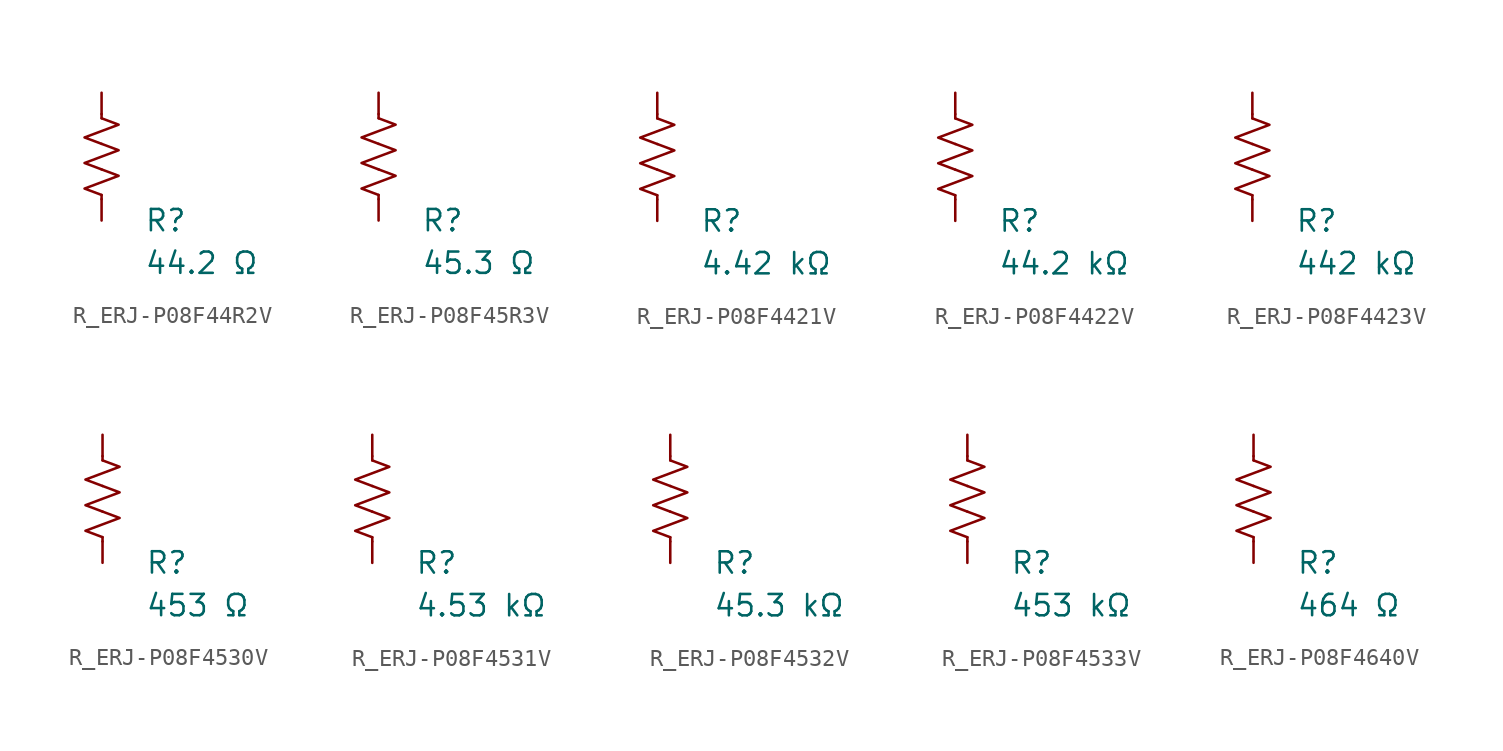
<source format=kicad_sym>
(kicad_symbol_lib
  (version 20231120)
  (generator "kicad_symbol_editor")
  (generator_version "8.0")
  (symbol "R_ERJ-P08F44R2V"
    (pin_numbers hide)
    (pin_names
      (offset 0))
    (property "Reference" "R"
      (at 2.54 -3.81 0)
      (effects (font (size 1.27 1.27)) (justify left))
      (show_name no))
    (property "Value" "44.2 Ω"
      (at 2.54 -6.35 0)
      (effects (font (size 1.27 1.27)) (justify left))
      (show_name no))
    (symbol "R_ERJ-P08F44R2V_0_1"
      (polyline (pts (xy 0 -2.286) (xy 0 -2.54)) (stroke (width 0) (type default)) (fill (type none)))
      (polyline (pts (xy 0 2.286) (xy 0 2.54)) (stroke (width 0) (type default)) (fill (type none)))
      (polyline (pts (xy 0 -0.762) (xy 1.016 -1.143) (xy 0 -1.524) (xy -1.016 -1.905) (xy 0 -2.286)) (stroke (width 0) (type default)) (fill (type none)))
      (polyline (pts (xy 0 0.762) (xy 1.016 0.381) (xy 0 0) (xy -1.016 -0.381) (xy 0 -0.762)) (stroke (width 0) (type default)) (fill (type none)))
      (polyline (pts (xy 0 2.286) (xy 1.016 1.905) (xy 0 1.524) (xy -1.016 1.143) (xy 0 0.762)) (stroke (width 0) (type default)) (fill (type none))))
    (symbol "R_ERJ-P08F44R2V_1_1"
      (pin passive line (at 0 3.81 270) (length 1.27) (name "~" (effects (font (size 1.27 1.27)))) (number "1" (effects (font (size 1.27 1.27)))))
      (pin passive line (at 0 -3.81 90) (length 1.27) (name "~" (effects (font (size 1.27 1.27)))) (number "2" (effects (font (size 1.27 1.27)))))))
  (symbol "R_ERJ-P08F45R3V"
    (pin_numbers hide)
    (pin_names
      (offset 0))
    (property "Reference" "R"
      (at 2.54 -3.81 0)
      (effects (font (size 1.27 1.27)) (justify left))
      (show_name no))
    (property "Value" "45.3 Ω"
      (at 2.54 -6.35 0)
      (effects (font (size 1.27 1.27)) (justify left))
      (show_name no))
    (symbol "R_ERJ-P08F45R3V_0_1"
      (polyline (pts (xy 0 -2.286) (xy 0 -2.54)) (stroke (width 0) (type default)) (fill (type none)))
      (polyline (pts (xy 0 2.286) (xy 0 2.54)) (stroke (width 0) (type default)) (fill (type none)))
      (polyline (pts (xy 0 -0.762) (xy 1.016 -1.143) (xy 0 -1.524) (xy -1.016 -1.905) (xy 0 -2.286)) (stroke (width 0) (type default)) (fill (type none)))
      (polyline (pts (xy 0 0.762) (xy 1.016 0.381) (xy 0 0) (xy -1.016 -0.381) (xy 0 -0.762)) (stroke (width 0) (type default)) (fill (type none)))
      (polyline (pts (xy 0 2.286) (xy 1.016 1.905) (xy 0 1.524) (xy -1.016 1.143) (xy 0 0.762)) (stroke (width 0) (type default)) (fill (type none))))
    (symbol "R_ERJ-P08F45R3V_1_1"
      (pin passive line (at 0 3.81 270) (length 1.27) (name "~" (effects (font (size 1.27 1.27)))) (number "1" (effects (font (size 1.27 1.27)))))
      (pin passive line (at 0 -3.81 90) (length 1.27) (name "~" (effects (font (size 1.27 1.27)))) (number "2" (effects (font (size 1.27 1.27)))))))
  (symbol "R_ERJ-P08F4421V"
    (pin_numbers hide)
    (pin_names
      (offset 0))
    (property "Reference" "R"
      (at 2.54 -3.81 0)
      (effects (font (size 1.27 1.27)) (justify left))
      (show_name no))
    (property "Value" "4.42 kΩ"
      (at 2.54 -6.35 0)
      (effects (font (size 1.27 1.27)) (justify left))
      (show_name no))
    (symbol "R_ERJ-P08F4421V_0_1"
      (polyline (pts (xy 0 -2.286) (xy 0 -2.54)) (stroke (width 0) (type default)) (fill (type none)))
      (polyline (pts (xy 0 2.286) (xy 0 2.54)) (stroke (width 0) (type default)) (fill (type none)))
      (polyline (pts (xy 0 -0.762) (xy 1.016 -1.143) (xy 0 -1.524) (xy -1.016 -1.905) (xy 0 -2.286)) (stroke (width 0) (type default)) (fill (type none)))
      (polyline (pts (xy 0 0.762) (xy 1.016 0.381) (xy 0 0) (xy -1.016 -0.381) (xy 0 -0.762)) (stroke (width 0) (type default)) (fill (type none)))
      (polyline (pts (xy 0 2.286) (xy 1.016 1.905) (xy 0 1.524) (xy -1.016 1.143) (xy 0 0.762)) (stroke (width 0) (type default)) (fill (type none))))
    (symbol "R_ERJ-P08F4421V_1_1"
      (pin passive line (at 0 3.81 270) (length 1.27) (name "~" (effects (font (size 1.27 1.27)))) (number "1" (effects (font (size 1.27 1.27)))))
      (pin passive line (at 0 -3.81 90) (length 1.27) (name "~" (effects (font (size 1.27 1.27)))) (number "2" (effects (font (size 1.27 1.27)))))))
  (symbol "R_ERJ-P08F4422V"
    (pin_numbers hide)
    (pin_names
      (offset 0))
    (property "Reference" "R"
      (at 2.54 -3.81 0)
      (effects (font (size 1.27 1.27)) (justify left))
      (show_name no))
    (property "Value" "44.2 kΩ"
      (at 2.54 -6.35 0)
      (effects (font (size 1.27 1.27)) (justify left))
      (show_name no))
    (symbol "R_ERJ-P08F4422V_0_1"
      (polyline (pts (xy 0 -2.286) (xy 0 -2.54)) (stroke (width 0) (type default)) (fill (type none)))
      (polyline (pts (xy 0 2.286) (xy 0 2.54)) (stroke (width 0) (type default)) (fill (type none)))
      (polyline (pts (xy 0 -0.762) (xy 1.016 -1.143) (xy 0 -1.524) (xy -1.016 -1.905) (xy 0 -2.286)) (stroke (width 0) (type default)) (fill (type none)))
      (polyline (pts (xy 0 0.762) (xy 1.016 0.381) (xy 0 0) (xy -1.016 -0.381) (xy 0 -0.762)) (stroke (width 0) (type default)) (fill (type none)))
      (polyline (pts (xy 0 2.286) (xy 1.016 1.905) (xy 0 1.524) (xy -1.016 1.143) (xy 0 0.762)) (stroke (width 0) (type default)) (fill (type none))))
    (symbol "R_ERJ-P08F4422V_1_1"
      (pin passive line (at 0 3.81 270) (length 1.27) (name "~" (effects (font (size 1.27 1.27)))) (number "1" (effects (font (size 1.27 1.27)))))
      (pin passive line (at 0 -3.81 90) (length 1.27) (name "~" (effects (font (size 1.27 1.27)))) (number "2" (effects (font (size 1.27 1.27)))))))
  (symbol "R_ERJ-P08F4423V"
    (pin_numbers hide)
    (pin_names
      (offset 0))
    (property "Reference" "R"
      (at 2.54 -3.81 0)
      (effects (font (size 1.27 1.27)) (justify left))
      (show_name no))
    (property "Value" "442 kΩ"
      (at 2.54 -6.35 0)
      (effects (font (size 1.27 1.27)) (justify left))
      (show_name no))
    (symbol "R_ERJ-P08F4423V_0_1"
      (polyline (pts (xy 0 -2.286) (xy 0 -2.54)) (stroke (width 0) (type default)) (fill (type none)))
      (polyline (pts (xy 0 2.286) (xy 0 2.54)) (stroke (width 0) (type default)) (fill (type none)))
      (polyline (pts (xy 0 -0.762) (xy 1.016 -1.143) (xy 0 -1.524) (xy -1.016 -1.905) (xy 0 -2.286)) (stroke (width 0) (type default)) (fill (type none)))
      (polyline (pts (xy 0 0.762) (xy 1.016 0.381) (xy 0 0) (xy -1.016 -0.381) (xy 0 -0.762)) (stroke (width 0) (type default)) (fill (type none)))
      (polyline (pts (xy 0 2.286) (xy 1.016 1.905) (xy 0 1.524) (xy -1.016 1.143) (xy 0 0.762)) (stroke (width 0) (type default)) (fill (type none))))
    (symbol "R_ERJ-P08F4423V_1_1"
      (pin passive line (at 0 3.81 270) (length 1.27) (name "~" (effects (font (size 1.27 1.27)))) (number "1" (effects (font (size 1.27 1.27)))))
      (pin passive line (at 0 -3.81 90) (length 1.27) (name "~" (effects (font (size 1.27 1.27)))) (number "2" (effects (font (size 1.27 1.27)))))))
  (symbol "R_ERJ-P08F4530V"
    (pin_numbers hide)
    (pin_names
      (offset 0))
    (property "Reference" "R"
      (at 2.54 -3.81 0)
      (effects (font (size 1.27 1.27)) (justify left))
      (show_name no))
    (property "Value" "453 Ω"
      (at 2.54 -6.35 0)
      (effects (font (size 1.27 1.27)) (justify left))
      (show_name no))
    (symbol "R_ERJ-P08F4530V_0_1"
      (polyline (pts (xy 0 -2.286) (xy 0 -2.54)) (stroke (width 0) (type default)) (fill (type none)))
      (polyline (pts (xy 0 2.286) (xy 0 2.54)) (stroke (width 0) (type default)) (fill (type none)))
      (polyline (pts (xy 0 -0.762) (xy 1.016 -1.143) (xy 0 -1.524) (xy -1.016 -1.905) (xy 0 -2.286)) (stroke (width 0) (type default)) (fill (type none)))
      (polyline (pts (xy 0 0.762) (xy 1.016 0.381) (xy 0 0) (xy -1.016 -0.381) (xy 0 -0.762)) (stroke (width 0) (type default)) (fill (type none)))
      (polyline (pts (xy 0 2.286) (xy 1.016 1.905) (xy 0 1.524) (xy -1.016 1.143) (xy 0 0.762)) (stroke (width 0) (type default)) (fill (type none))))
    (symbol "R_ERJ-P08F4530V_1_1"
      (pin passive line (at 0 3.81 270) (length 1.27) (name "~" (effects (font (size 1.27 1.27)))) (number "1" (effects (font (size 1.27 1.27)))))
      (pin passive line (at 0 -3.81 90) (length 1.27) (name "~" (effects (font (size 1.27 1.27)))) (number "2" (effects (font (size 1.27 1.27)))))))
  (symbol "R_ERJ-P08F4531V"
    (pin_numbers hide)
    (pin_names
      (offset 0))
    (property "Reference" "R"
      (at 2.54 -3.81 0)
      (effects (font (size 1.27 1.27)) (justify left))
      (show_name no))
    (property "Value" "4.53 kΩ"
      (at 2.54 -6.35 0)
      (effects (font (size 1.27 1.27)) (justify left))
      (show_name no))
    (symbol "R_ERJ-P08F4531V_0_1"
      (polyline (pts (xy 0 -2.286) (xy 0 -2.54)) (stroke (width 0) (type default)) (fill (type none)))
      (polyline (pts (xy 0 2.286) (xy 0 2.54)) (stroke (width 0) (type default)) (fill (type none)))
      (polyline (pts (xy 0 -0.762) (xy 1.016 -1.143) (xy 0 -1.524) (xy -1.016 -1.905) (xy 0 -2.286)) (stroke (width 0) (type default)) (fill (type none)))
      (polyline (pts (xy 0 0.762) (xy 1.016 0.381) (xy 0 0) (xy -1.016 -0.381) (xy 0 -0.762)) (stroke (width 0) (type default)) (fill (type none)))
      (polyline (pts (xy 0 2.286) (xy 1.016 1.905) (xy 0 1.524) (xy -1.016 1.143) (xy 0 0.762)) (stroke (width 0) (type default)) (fill (type none))))
    (symbol "R_ERJ-P08F4531V_1_1"
      (pin passive line (at 0 3.81 270) (length 1.27) (name "~" (effects (font (size 1.27 1.27)))) (number "1" (effects (font (size 1.27 1.27)))))
      (pin passive line (at 0 -3.81 90) (length 1.27) (name "~" (effects (font (size 1.27 1.27)))) (number "2" (effects (font (size 1.27 1.27)))))))
  (symbol "R_ERJ-P08F4532V"
    (pin_numbers hide)
    (pin_names
      (offset 0))
    (property "Reference" "R"
      (at 2.54 -3.81 0)
      (effects (font (size 1.27 1.27)) (justify left))
      (show_name no))
    (property "Value" "45.3 kΩ"
      (at 2.54 -6.35 0)
      (effects (font (size 1.27 1.27)) (justify left))
      (show_name no))
    (symbol "R_ERJ-P08F4532V_0_1"
      (polyline (pts (xy 0 -2.286) (xy 0 -2.54)) (stroke (width 0) (type default)) (fill (type none)))
      (polyline (pts (xy 0 2.286) (xy 0 2.54)) (stroke (width 0) (type default)) (fill (type none)))
      (polyline (pts (xy 0 -0.762) (xy 1.016 -1.143) (xy 0 -1.524) (xy -1.016 -1.905) (xy 0 -2.286)) (stroke (width 0) (type default)) (fill (type none)))
      (polyline (pts (xy 0 0.762) (xy 1.016 0.381) (xy 0 0) (xy -1.016 -0.381) (xy 0 -0.762)) (stroke (width 0) (type default)) (fill (type none)))
      (polyline (pts (xy 0 2.286) (xy 1.016 1.905) (xy 0 1.524) (xy -1.016 1.143) (xy 0 0.762)) (stroke (width 0) (type default)) (fill (type none))))
    (symbol "R_ERJ-P08F4532V_1_1"
      (pin passive line (at 0 3.81 270) (length 1.27) (name "~" (effects (font (size 1.27 1.27)))) (number "1" (effects (font (size 1.27 1.27)))))
      (pin passive line (at 0 -3.81 90) (length 1.27) (name "~" (effects (font (size 1.27 1.27)))) (number "2" (effects (font (size 1.27 1.27)))))))
  (symbol "R_ERJ-P08F4533V"
    (pin_numbers hide)
    (pin_names
      (offset 0))
    (property "Reference" "R"
      (at 2.54 -3.81 0)
      (effects (font (size 1.27 1.27)) (justify left))
      (show_name no))
    (property "Value" "453 kΩ"
      (at 2.54 -6.35 0)
      (effects (font (size 1.27 1.27)) (justify left))
      (show_name no))
    (symbol "R_ERJ-P08F4533V_0_1"
      (polyline (pts (xy 0 -2.286) (xy 0 -2.54)) (stroke (width 0) (type default)) (fill (type none)))
      (polyline (pts (xy 0 2.286) (xy 0 2.54)) (stroke (width 0) (type default)) (fill (type none)))
      (polyline (pts (xy 0 -0.762) (xy 1.016 -1.143) (xy 0 -1.524) (xy -1.016 -1.905) (xy 0 -2.286)) (stroke (width 0) (type default)) (fill (type none)))
      (polyline (pts (xy 0 0.762) (xy 1.016 0.381) (xy 0 0) (xy -1.016 -0.381) (xy 0 -0.762)) (stroke (width 0) (type default)) (fill (type none)))
      (polyline (pts (xy 0 2.286) (xy 1.016 1.905) (xy 0 1.524) (xy -1.016 1.143) (xy 0 0.762)) (stroke (width 0) (type default)) (fill (type none))))
    (symbol "R_ERJ-P08F4533V_1_1"
      (pin passive line (at 0 3.81 270) (length 1.27) (name "~" (effects (font (size 1.27 1.27)))) (number "1" (effects (font (size 1.27 1.27)))))
      (pin passive line (at 0 -3.81 90) (length 1.27) (name "~" (effects (font (size 1.27 1.27)))) (number "2" (effects (font (size 1.27 1.27)))))))
  (symbol "R_ERJ-P08F4640V"
    (pin_numbers hide)
    (pin_names
      (offset 0))
    (property "Reference" "R"
      (at 2.54 -3.81 0)
      (effects (font (size 1.27 1.27)) (justify left))
      (show_name no))
    (property "Value" "464 Ω"
      (at 2.54 -6.35 0)
      (effects (font (size 1.27 1.27)) (justify left))
      (show_name no))
    (symbol "R_ERJ-P08F4640V_0_1"
      (polyline (pts (xy 0 -2.286) (xy 0 -2.54)) (stroke (width 0) (type default)) (fill (type none)))
      (polyline (pts (xy 0 2.286) (xy 0 2.54)) (stroke (width 0) (type default)) (fill (type none)))
      (polyline (pts (xy 0 -0.762) (xy 1.016 -1.143) (xy 0 -1.524) (xy -1.016 -1.905) (xy 0 -2.286)) (stroke (width 0) (type default)) (fill (type none)))
      (polyline (pts (xy 0 0.762) (xy 1.016 0.381) (xy 0 0) (xy -1.016 -0.381) (xy 0 -0.762)) (stroke (width 0) (type default)) (fill (type none)))
      (polyline (pts (xy 0 2.286) (xy 1.016 1.905) (xy 0 1.524) (xy -1.016 1.143) (xy 0 0.762)) (stroke (width 0) (type default)) (fill (type none))))
    (symbol "R_ERJ-P08F4640V_1_1"
      (pin passive line (at 0 3.81 270) (length 1.27) (name "~" (effects (font (size 1.27 1.27)))) (number "1" (effects (font (size 1.27 1.27)))))
      (pin passive line (at 0 -3.81 90) (length 1.27) (name "~" (effects (font (size 1.27 1.27)))) (number "2" (effects (font (size 1.27 1.27))))))))
</source>
